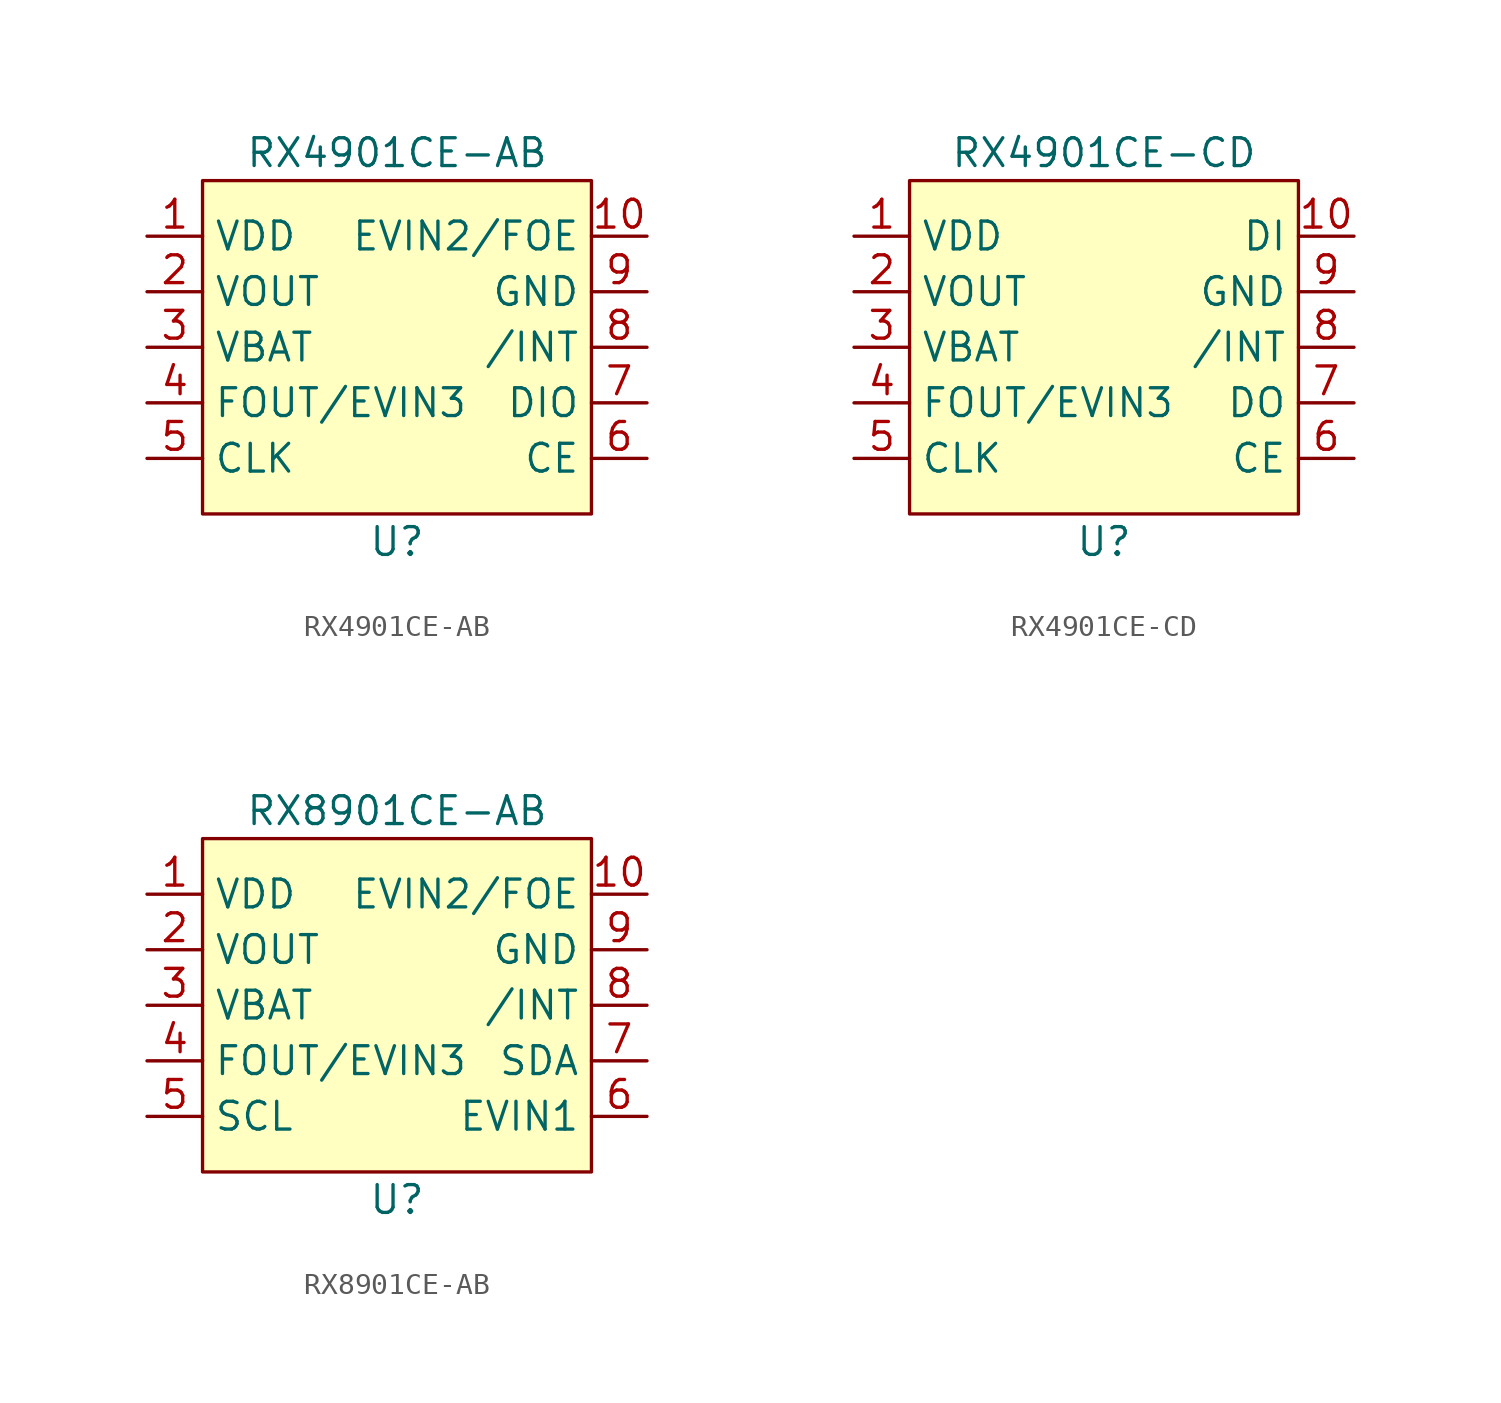
<source format=kicad_sym>
(kicad_symbol_lib
  (version 20211014)
  (generator kicad_symbol_editor)
  (symbol "RX4901CE-AB"
    (property "Reference" "U"
      (at 0 -8.89 0)
      (effects (font (size 1.27 1.27))))
    (property "Value" "RX4901CE-AB"
      (at 0 8.89 0)
      (effects (font (size 1.27 1.27))))
    (symbol "RX4901CE-AB_0_1"
      (rectangle (start -8.89 7.62) (end 8.89 -7.62) (stroke (width 0) (type default) (color 0 0 0 0)) (fill (type background))))
    (symbol "RX4901CE-AB_1_1"
      (pin power_in line (at -11.43 5.08 0) (length 2.54) (name "VDD" (effects (font (size 1.27 1.27)))) (number "1" (effects (font (size 1.27 1.27)))))
      (pin unspecified line (at 11.43 5.08 180) (length 2.54) (name "EVIN2/FOE" (effects (font (size 1.27 1.27)))) (number "10" (effects (font (size 1.27 1.27)))))
      (pin unspecified line (at -11.43 2.54 0) (length 2.54) (name "VOUT" (effects (font (size 1.27 1.27)))) (number "2" (effects (font (size 1.27 1.27)))))
      (pin power_in line (at -11.43 0 0) (length 2.54) (name "VBAT" (effects (font (size 1.27 1.27)))) (number "3" (effects (font (size 1.27 1.27)))))
      (pin unspecified line (at -11.43 -2.54 0) (length 2.54) (name "FOUT/EVIN3" (effects (font (size 1.27 1.27)))) (number "4" (effects (font (size 1.27 1.27)))))
      (pin unspecified line (at -11.43 -5.08 0) (length 2.54) (name "CLK" (effects (font (size 1.27 1.27)))) (number "5" (effects (font (size 1.27 1.27)))))
      (pin unspecified line (at 11.43 -5.08 180) (length 2.54) (name "CE" (effects (font (size 1.27 1.27)))) (number "6" (effects (font (size 1.27 1.27)))))
      (pin unspecified line (at 11.43 -2.54 180) (length 2.54) (name "DIO" (effects (font (size 1.27 1.27)))) (number "7" (effects (font (size 1.27 1.27)))))
      (pin unspecified line (at 11.43 0 180) (length 2.54) (name "/INT" (effects (font (size 1.27 1.27)))) (number "8" (effects (font (size 1.27 1.27)))))
      (pin power_in line (at 11.43 2.54 180) (length 2.54) (name "GND" (effects (font (size 1.27 1.27)))) (number "9" (effects (font (size 1.27 1.27)))))))
  (symbol "RX4901CE-CD"
    (property "Reference" "U"
      (at 0 -8.89 0)
      (effects (font (size 1.27 1.27))))
    (property "Value" "RX4901CE-CD"
      (at 0 8.89 0)
      (effects (font (size 1.27 1.27))))
    (symbol "RX4901CE-CD_0_1"
      (rectangle (start -8.89 7.62) (end 8.89 -7.62) (stroke (width 0) (type default) (color 0 0 0 0)) (fill (type background))))
    (symbol "RX4901CE-CD_1_1"
      (pin power_in line (at -11.43 5.08 0) (length 2.54) (name "VDD" (effects (font (size 1.27 1.27)))) (number "1" (effects (font (size 1.27 1.27)))))
      (pin unspecified line (at 11.43 5.08 180) (length 2.54) (name "DI" (effects (font (size 1.27 1.27)))) (number "10" (effects (font (size 1.27 1.27)))))
      (pin unspecified line (at -11.43 2.54 0) (length 2.54) (name "VOUT" (effects (font (size 1.27 1.27)))) (number "2" (effects (font (size 1.27 1.27)))))
      (pin power_in line (at -11.43 0 0) (length 2.54) (name "VBAT" (effects (font (size 1.27 1.27)))) (number "3" (effects (font (size 1.27 1.27)))))
      (pin unspecified line (at -11.43 -2.54 0) (length 2.54) (name "FOUT/EVIN3" (effects (font (size 1.27 1.27)))) (number "4" (effects (font (size 1.27 1.27)))))
      (pin unspecified line (at -11.43 -5.08 0) (length 2.54) (name "CLK" (effects (font (size 1.27 1.27)))) (number "5" (effects (font (size 1.27 1.27)))))
      (pin unspecified line (at 11.43 -5.08 180) (length 2.54) (name "CE" (effects (font (size 1.27 1.27)))) (number "6" (effects (font (size 1.27 1.27)))))
      (pin unspecified line (at 11.43 -2.54 180) (length 2.54) (name "DO" (effects (font (size 1.27 1.27)))) (number "7" (effects (font (size 1.27 1.27)))))
      (pin unspecified line (at 11.43 0 180) (length 2.54) (name "/INT" (effects (font (size 1.27 1.27)))) (number "8" (effects (font (size 1.27 1.27)))))
      (pin power_in line (at 11.43 2.54 180) (length 2.54) (name "GND" (effects (font (size 1.27 1.27)))) (number "9" (effects (font (size 1.27 1.27)))))))
  (symbol "RX8901CE-AB"
    (property "Reference" "U"
      (at 0 -8.89 0)
      (effects (font (size 1.27 1.27))))
    (property "Value" "RX8901CE-AB"
      (at 0 8.89 0)
      (effects (font (size 1.27 1.27))))
    (symbol "RX8901CE-AB_0_1"
      (rectangle (start -8.89 7.62) (end 8.89 -7.62) (stroke (width 0) (type default) (color 0 0 0 0)) (fill (type background))))
    (symbol "RX8901CE-AB_1_1"
      (pin power_in line (at -11.43 5.08 0) (length 2.54) (name "VDD" (effects (font (size 1.27 1.27)))) (number "1" (effects (font (size 1.27 1.27)))))
      (pin unspecified line (at 11.43 5.08 180) (length 2.54) (name "EVIN2/FOE" (effects (font (size 1.27 1.27)))) (number "10" (effects (font (size 1.27 1.27)))))
      (pin unspecified line (at -11.43 2.54 0) (length 2.54) (name "VOUT" (effects (font (size 1.27 1.27)))) (number "2" (effects (font (size 1.27 1.27)))))
      (pin power_in line (at -11.43 0 0) (length 2.54) (name "VBAT" (effects (font (size 1.27 1.27)))) (number "3" (effects (font (size 1.27 1.27)))))
      (pin unspecified line (at -11.43 -2.54 0) (length 2.54) (name "FOUT/EVIN3" (effects (font (size 1.27 1.27)))) (number "4" (effects (font (size 1.27 1.27)))))
      (pin unspecified line (at -11.43 -5.08 0) (length 2.54) (name "SCL" (effects (font (size 1.27 1.27)))) (number "5" (effects (font (size 1.27 1.27)))))
      (pin unspecified line (at 11.43 -5.08 180) (length 2.54) (name "EVIN1" (effects (font (size 1.27 1.27)))) (number "6" (effects (font (size 1.27 1.27)))))
      (pin unspecified line (at 11.43 -2.54 180) (length 2.54) (name "SDA" (effects (font (size 1.27 1.27)))) (number "7" (effects (font (size 1.27 1.27)))))
      (pin unspecified line (at 11.43 0 180) (length 2.54) (name "/INT" (effects (font (size 1.27 1.27)))) (number "8" (effects (font (size 1.27 1.27)))))
      (pin power_in line (at 11.43 2.54 180) (length 2.54) (name "GND" (effects (font (size 1.27 1.27)))) (number "9" (effects (font (size 1.27 1.27))))))))
</source>
